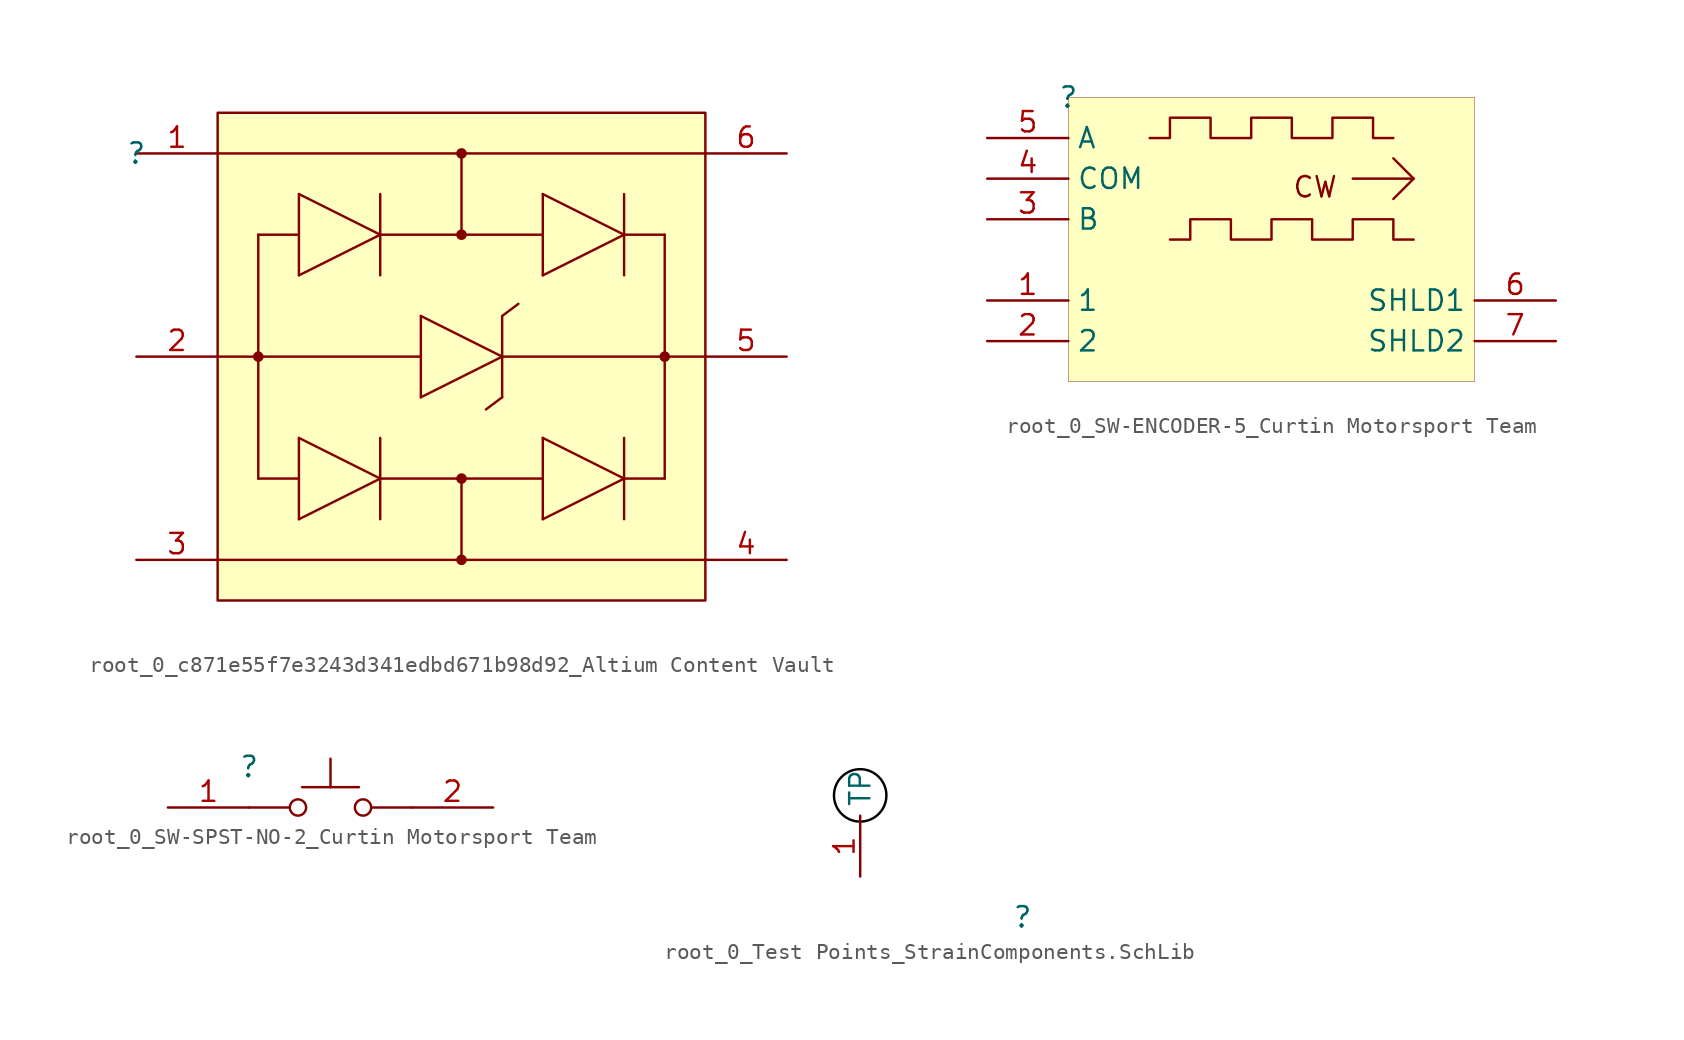
<source format=kicad_sym>
(kicad_symbol_lib
  (version 20241209)
  (generator "kicad_symbol_editor")
  (generator_version "9.0")
  (symbol "root_0_c871e55f7e3243d341edbd671b98d92_Altium Content Vault"
    (pin_names
      (hide yes))
    (property "Reference" ""
      (at 0 0 0)
      (effects (font (size 1.27 1.27))))
    (property "Value" ""
      (at 0 0 0)
      (effects (font (size 1.27 1.27))))
    (symbol "root_0_c871e55f7e3243d341edbd671b98d92_Altium Content Vault_1_0"
      (polyline (pts (xy 5.08 0) (xy 35.56 0)) (stroke (width 0) (type solid)) (fill (type none)))
      (polyline (pts (xy 5.08 -25.4) (xy 35.56 -25.4)) (stroke (width 0) (type solid)) (fill (type none)))
      (polyline (pts (xy 7.62 -5.08) (xy 10.16 -5.08)) (stroke (width 0) (type solid)) (fill (type none)))
      (polyline (pts (xy 7.62 -12.7) (xy 5.08 -12.7)) (stroke (width 0) (type solid)) (fill (type none)))
      (polyline (pts (xy 7.62 -12.7) (xy 17.78 -12.7)) (stroke (width 0) (type solid)) (fill (type none)))
      (circle (center 7.62 -12.7) (radius 0.254) (stroke (width 0) (type solid)) (fill (type outline)))
      (polyline (pts (xy 7.62 -20.32) (xy 7.62 -5.08)) (stroke (width 0) (type solid)) (fill (type none)))
      (polyline (pts (xy 10.16 -2.54) (xy 10.16 -7.62)) (stroke (width 0) (type solid)) (fill (type none)))
      (polyline (pts (xy 10.16 -7.62) (xy 15.24 -5.08)) (stroke (width 0) (type solid)) (fill (type none)))
      (polyline (pts (xy 10.16 -17.78) (xy 10.16 -22.86)) (stroke (width 0) (type solid)) (fill (type none)))
      (polyline (pts (xy 10.16 -20.32) (xy 7.62 -20.32)) (stroke (width 0) (type solid)) (fill (type none)))
      (polyline (pts (xy 10.16 -22.86) (xy 15.24 -20.32)) (stroke (width 0) (type solid)) (fill (type none)))
      (polyline (pts (xy 15.24 -2.54) (xy 15.24 -7.62)) (stroke (width 0) (type solid)) (fill (type none)))
      (polyline (pts (xy 15.24 -5.08) (xy 10.16 -2.54)) (stroke (width 0) (type solid)) (fill (type none)))
      (polyline (pts (xy 15.24 -5.08) (xy 25.4 -5.08)) (stroke (width 0) (type solid)) (fill (type none)))
      (polyline (pts (xy 15.24 -17.78) (xy 15.24 -22.86)) (stroke (width 0) (type solid)) (fill (type none)))
      (polyline (pts (xy 15.24 -20.32) (xy 10.16 -17.78)) (stroke (width 0) (type solid)) (fill (type none)))
      (polyline (pts (xy 17.78 -10.16) (xy 17.78 -15.24)) (stroke (width 0) (type solid)) (fill (type none)))
      (polyline (pts (xy 17.78 -15.24) (xy 22.86 -12.7)) (stroke (width 0) (type solid)) (fill (type none)))
      (circle (center 20.32 0) (radius 0.254) (stroke (width 0) (type solid)) (fill (type outline)))
      (polyline (pts (xy 20.32 -5.08) (xy 20.32 0)) (stroke (width 0) (type solid)) (fill (type none)))
      (circle (center 20.32 -5.08) (radius 0.254) (stroke (width 0) (type solid)) (fill (type outline)))
      (polyline (pts (xy 20.32 -20.32) (xy 20.32 -25.4)) (stroke (width 0) (type solid)) (fill (type none)))
      (circle (center 20.32 -20.32) (radius 0.254) (stroke (width 0) (type solid)) (fill (type outline)))
      (circle (center 20.32 -25.4) (radius 0.254) (stroke (width 0) (type solid)) (fill (type outline)))
      (polyline (pts (xy 22.86 -10.16) (xy 22.86 -15.24)) (stroke (width 0) (type solid)) (fill (type none)))
      (polyline (pts (xy 22.86 -10.16) (xy 23.876 -9.398)) (stroke (width 0) (type solid)) (fill (type none)))
      (polyline (pts (xy 22.86 -12.7) (xy 17.78 -10.16)) (stroke (width 0) (type solid)) (fill (type none)))
      (polyline (pts (xy 22.86 -12.7) (xy 33.02 -12.7)) (stroke (width 0) (type solid)) (fill (type none)))
      (polyline (pts (xy 22.86 -15.24) (xy 21.844 -16.002)) (stroke (width 0) (type solid)) (fill (type none)))
      (polyline (pts (xy 25.4 -2.54) (xy 25.4 -7.62)) (stroke (width 0) (type solid)) (fill (type none)))
      (polyline (pts (xy 25.4 -7.62) (xy 30.48 -5.08)) (stroke (width 0) (type solid)) (fill (type none)))
      (polyline (pts (xy 25.4 -17.78) (xy 25.4 -22.86)) (stroke (width 0) (type solid)) (fill (type none)))
      (polyline (pts (xy 25.4 -20.32) (xy 15.24 -20.32)) (stroke (width 0) (type solid)) (fill (type none)))
      (polyline (pts (xy 25.4 -22.86) (xy 30.48 -20.32)) (stroke (width 0) (type solid)) (fill (type none)))
      (polyline (pts (xy 30.48 -2.54) (xy 30.48 -7.62)) (stroke (width 0) (type solid)) (fill (type none)))
      (polyline (pts (xy 30.48 -5.08) (xy 25.4 -2.54)) (stroke (width 0) (type solid)) (fill (type none)))
      (polyline (pts (xy 30.48 -5.08) (xy 33.02 -5.08)) (stroke (width 0) (type solid)) (fill (type none)))
      (polyline (pts (xy 30.48 -17.78) (xy 30.48 -22.86)) (stroke (width 0) (type solid)) (fill (type none)))
      (polyline (pts (xy 30.48 -20.32) (xy 25.4 -17.78)) (stroke (width 0) (type solid)) (fill (type none)))
      (polyline (pts (xy 33.02 -5.08) (xy 33.02 -20.32)) (stroke (width 0) (type solid)) (fill (type none)))
      (polyline (pts (xy 33.02 -12.7) (xy 35.56 -12.7)) (stroke (width 0) (type solid)) (fill (type none)))
      (circle (center 33.02 -12.7) (radius 0.254) (stroke (width 0) (type solid)) (fill (type outline)))
      (polyline (pts (xy 33.02 -20.32) (xy 30.48 -20.32)) (stroke (width 0) (type solid)) (fill (type none)))
      (rectangle (start 35.56 2.54) (end 5.08 -27.94) (stroke (width 0) (type solid) (color 128 0 0 1)) (fill (type background)))
      (pin bidirectional line (at 0 0 0) (length 5.08) (name "I/O1" (effects (font (size 1.27 1.27)))) (number "1" (effects (font (size 1.27 1.27)))))
      (pin power_in line (at 0 -12.7 0) (length 5.08) (name "GND" (effects (font (size 1.27 1.27)))) (number "2" (effects (font (size 1.27 1.27)))))
      (pin bidirectional line (at 0 -25.4 0) (length 5.08) (name "I/O2" (effects (font (size 1.27 1.27)))) (number "3" (effects (font (size 1.27 1.27)))))
      (pin bidirectional line (at 40.64 0 180) (length 5.08) (name "I/O1" (effects (font (size 1.27 1.27)))) (number "6" (effects (font (size 1.27 1.27)))))
      (pin power_in line (at 40.64 -12.7 180) (length 5.08) (name "VBUS" (effects (font (size 1.27 1.27)))) (number "5" (effects (font (size 1.27 1.27)))))
      (pin bidirectional line (at 40.64 -25.4 180) (length 5.08) (name "I/O2" (effects (font (size 1.27 1.27)))) (number "4" (effects (font (size 1.27 1.27)))))))
  (symbol "root_0_SW-ENCODER-5_Curtin Motorsport Team"
    (property "Reference" ""
      (at 0 0 0)
      (effects (font (size 1.27 1.27))))
    (property "Value" ""
      (at 0 0 0)
      (effects (font (size 1.27 1.27))))
    (symbol "root_0_SW-ENCODER-5_Curtin Motorsport Team_1_0"
      (polyline (pts (xy 5.08 -2.54) (xy 6.35 -2.54) (xy 6.35 -1.27) (xy 8.89 -1.27) (xy 8.89 -2.54) (xy 11.43 -2.54) (xy 11.43 -1.27) (xy 13.97 -1.27) (xy 13.97 -2.54) (xy 16.51 -2.54) (xy 16.51 -1.27) (xy 19.05 -1.27) (xy 19.05 -2.54) (xy 20.32 -2.54)) (stroke (width 0) (type solid)) (fill (type none)))
      (polyline (pts (xy 6.35 -8.89) (xy 7.62 -8.89) (xy 7.62 -7.62) (xy 10.16 -7.62) (xy 10.16 -8.89) (xy 12.7 -8.89) (xy 12.7 -7.62) (xy 15.24 -7.62) (xy 15.24 -8.89) (xy 17.78 -8.89) (xy 17.78 -7.62) (xy 20.32 -7.62) (xy 20.32 -8.89) (xy 21.59 -8.89)) (stroke (width 0) (type solid)) (fill (type none)))
      (polyline (pts (xy 20.32 -3.81) (xy 21.59 -5.08) (xy 20.32 -6.35)) (stroke (width 0) (type solid)) (fill (type none)))
      (polyline (pts (xy 21.59 -5.08) (xy 17.78 -5.08)) (stroke (width 0) (type solid)) (fill (type none)))
      (rectangle (start 25.4 0) (end 0 -17.78) (stroke (width 0.025) (type solid) (color 128 0 0 1)) (fill (type background)))
      (text "CW" (at 13.97 -6.35 0) (effects (font (size 1.27 1.27)) (justify left bottom)))
      (pin passive line (at -5.08 -2.54 0) (length 5.08) (name "A" (effects (font (size 1.27 1.27)))) (number "5" (effects (font (size 1.27 1.27)))))
      (pin passive line (at -5.08 -5.08 0) (length 5.08) (name "COM" (effects (font (size 1.27 1.27)))) (number "4" (effects (font (size 1.27 1.27)))))
      (pin passive line (at -5.08 -7.62 0) (length 5.08) (name "B" (effects (font (size 1.27 1.27)))) (number "3" (effects (font (size 1.27 1.27)))))
      (pin passive line (at -5.08 -12.7 0) (length 5.08) (name "1" (effects (font (size 1.27 1.27)))) (number "1" (effects (font (size 1.27 1.27)))))
      (pin passive line (at -5.08 -15.24 0) (length 5.08) (name "2" (effects (font (size 1.27 1.27)))) (number "2" (effects (font (size 1.27 1.27)))))
      (pin passive line (at 30.48 -12.7 180) (length 5.08) (name "SHLD1" (effects (font (size 1.27 1.27)))) (number "6" (effects (font (size 1.27 1.27)))))
      (pin passive line (at 30.48 -15.24 180) (length 5.08) (name "SHLD2" (effects (font (size 1.27 1.27)))) (number "7" (effects (font (size 1.27 1.27)))))))
  (symbol "root_0_SW-SPST-NO-2_Curtin Motorsport Team"
    (pin_names
      (hide yes))
    (property "Reference" ""
      (at 0 0 0)
      (effects (font (size 1.27 1.27))))
    (property "Value" ""
      (at 0 0 0)
      (effects (font (size 1.27 1.27))))
    (symbol "root_0_SW-SPST-NO-2_Curtin Motorsport Team_1_0"
      (polyline (pts (xy 2.54 -2.54) (xy 0 -2.54)) (stroke (width 0) (type solid)) (fill (type none)))
      (circle (center 3.048 -2.54) (radius 0.508) (stroke (width 0) (type solid)) (fill (type none)))
      (polyline (pts (xy 5.08 -1.27) (xy 5.08 0.508)) (stroke (width 0) (type solid)) (fill (type none)))
      (polyline (pts (xy 6.858 -1.27) (xy 3.302 -1.27)) (stroke (width 0) (type solid)) (fill (type none)))
      (circle (center 7.112 -2.54) (radius 0.508) (stroke (width 0) (type solid)) (fill (type none)))
      (polyline (pts (xy 7.62 -2.54) (xy 10.16 -2.54)) (stroke (width 0) (type solid)) (fill (type none)))
      (pin passive line (at -5.08 -2.54 0) (length 5.08) (name "1" (effects (font (size 1.27 1.27)))) (number "1" (effects (font (size 1.27 1.27)))))
      (pin passive line (at 15.24 -2.54 180) (length 5.08) (name "2" (effects (font (size 1.27 1.27)))) (number "2" (effects (font (size 1.27 1.27)))))))
  (symbol "root_0_Test Points_StrainComponents.SchLib"
    (property "Reference" ""
      (at 0 0 0)
      (effects (font (size 1.27 1.27))))
    (property "Value" ""
      (at 0 0 0)
      (effects (font (size 1.27 1.27))))
    (symbol "root_0_Test Points_StrainComponents.SchLib_1_0"
      (circle (center -10.16 7.62) (radius 1.64) (stroke (width 0) (type solid) (color 0 0 0 1)) (fill (type none)))
      (pin passive line (at -10.16 2.54 90) (length 3.81) (name "TP" (effects (font (size 1.27 1.27)))) (number "1" (effects (font (size 1.27 1.27))))))))
</source>
